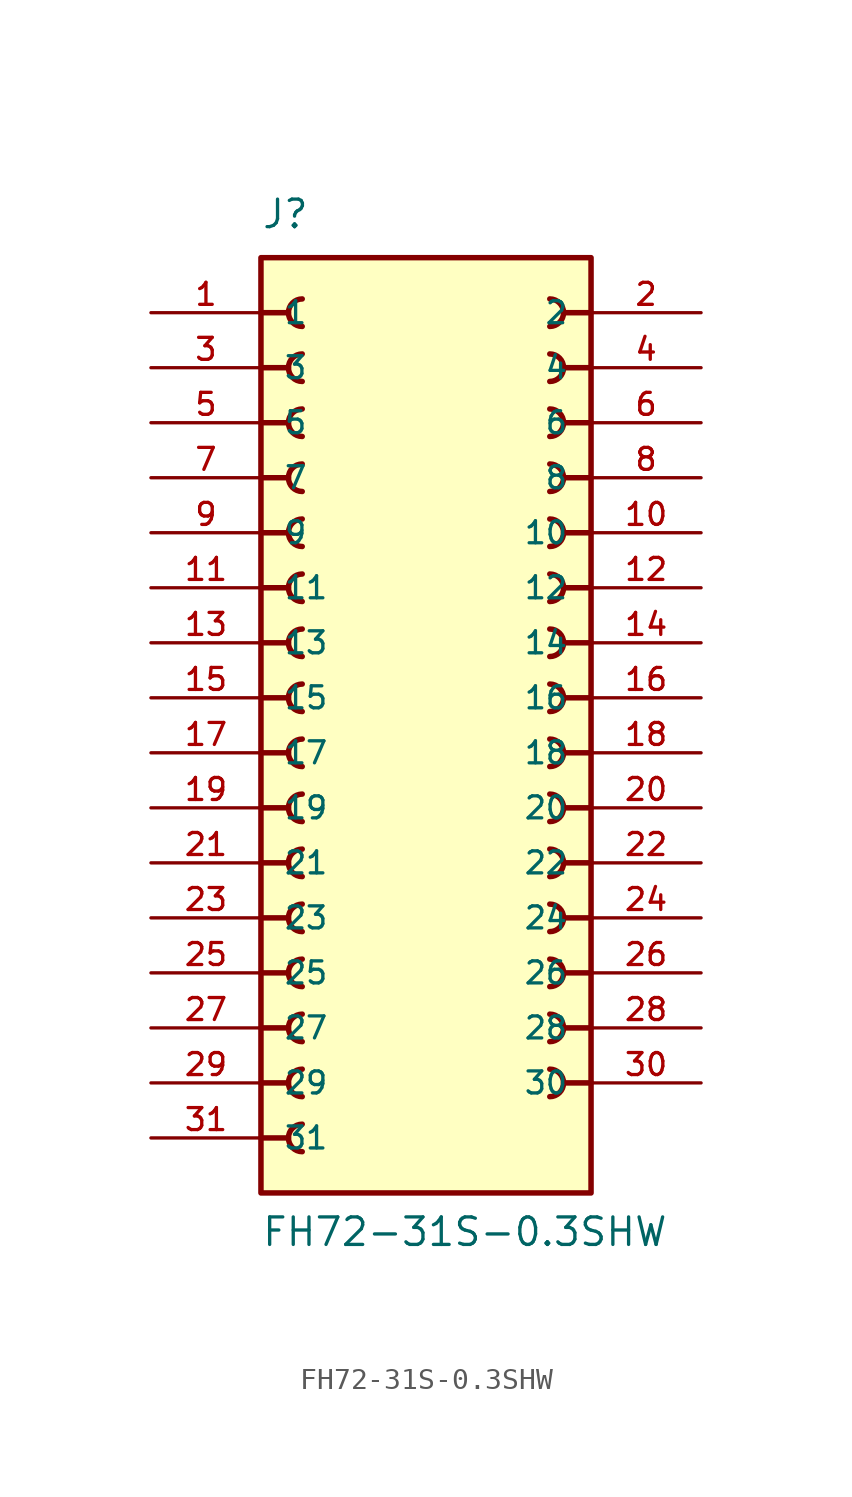
<source format=kicad_sym>
(kicad_symbol_lib
  (version 20211014)
  (generator kicad_symbol_editor)
  (symbol "FH72-31S-0.3SHW"
    (pin_names
      (offset 1.016))
    (property "Reference" "J"
      (at -7.62 21.59 0)
      (effects (font (size 1.27 1.27)) (justify bottom left)))
    (property "Value" "FH72-31S-0.3SHW"
      (at -7.62 -25.4 0)
      (effects (font (size 1.27 1.27)) (justify bottom left)))
    (symbol "FH72-31S-0.3SHW_0_0"
      (polyline (pts (xy 7.62 17.78) (xy 6.35 17.78)) (stroke (width 0.254)))
      (arc (start 5.715 17.145) (mid 6.35 17.78) (end 5.715 18.415) (stroke (width 0.254) (type default) (color 0 0 0 0)) (fill (type none)))
      (polyline (pts (xy 7.62 15.24) (xy 6.35 15.24)) (stroke (width 0.254)))
      (arc (start 5.715 14.605) (mid 6.35 15.24) (end 5.715 15.875) (stroke (width 0.254) (type default) (color 0 0 0 0)) (fill (type none)))
      (polyline (pts (xy 7.62 12.7) (xy 6.35 12.7)) (stroke (width 0.254)))
      (arc (start 5.715 12.065) (mid 6.35 12.7) (end 5.715 13.335) (stroke (width 0.254) (type default) (color 0 0 0 0)) (fill (type none)))
      (polyline (pts (xy 7.62 10.16) (xy 6.35 10.16)) (stroke (width 0.254)))
      (arc (start 5.715 9.525) (mid 6.35 10.16) (end 5.715 10.795) (stroke (width 0.254) (type default) (color 0 0 0 0)) (fill (type none)))
      (polyline (pts (xy 7.62 7.62) (xy 6.35 7.62)) (stroke (width 0.254)))
      (arc (start 5.715 6.985) (mid 6.35 7.62) (end 5.715 8.255) (stroke (width 0.254) (type default) (color 0 0 0 0)) (fill (type none)))
      (polyline (pts (xy -7.62 5.08) (xy -6.35 5.08)) (stroke (width 0.254)))
      (arc (start -5.715 5.715) (mid -6.35 5.08) (end -5.715 4.445) (stroke (width 0.254) (type default) (color 0 0 0 0)) (fill (type none)))
      (polyline (pts (xy -7.62 7.62) (xy -6.35 7.62)) (stroke (width 0.254)))
      (arc (start -5.715 8.255) (mid -6.35 7.62) (end -5.715 6.985) (stroke (width 0.254) (type default) (color 0 0 0 0)) (fill (type none)))
      (polyline (pts (xy -7.62 10.16) (xy -6.35 10.16)) (stroke (width 0.254)))
      (arc (start -5.715 10.795) (mid -6.35 10.16) (end -5.715 9.525) (stroke (width 0.254) (type default) (color 0 0 0 0)) (fill (type none)))
      (polyline (pts (xy -7.62 12.7) (xy -6.35 12.7)) (stroke (width 0.254)))
      (arc (start -5.715 13.335) (mid -6.35 12.7) (end -5.715 12.065) (stroke (width 0.254) (type default) (color 0 0 0 0)) (fill (type none)))
      (polyline (pts (xy -7.62 15.24) (xy -6.35 15.24)) (stroke (width 0.254)))
      (arc (start -5.715 15.875) (mid -6.35 15.24) (end -5.715 14.605) (stroke (width 0.254) (type default) (color 0 0 0 0)) (fill (type none)))
      (polyline (pts (xy -7.62 17.78) (xy -6.35 17.78)) (stroke (width 0.254)))
      (arc (start -5.715 18.415) (mid -6.35 17.78) (end -5.715 17.145) (stroke (width 0.254) (type default) (color 0 0 0 0)) (fill (type none)))
      (polyline (pts (xy -7.62 2.54) (xy -6.35 2.54)) (stroke (width 0.254)))
      (arc (start -5.715 3.175) (mid -6.35 2.54) (end -5.715 1.905) (stroke (width 0.254) (type default) (color 0 0 0 0)) (fill (type none)))
      (polyline (pts (xy -7.62 0.0) (xy -6.35 0.0)) (stroke (width 0.254)))
      (arc (start -5.715 0.635) (mid -6.35 -0.0) (end -5.715 -0.635) (stroke (width 0.254) (type default) (color 0 0 0 0)) (fill (type none)))
      (polyline (pts (xy -7.62 -2.54) (xy -6.35 -2.54)) (stroke (width 0.254)))
      (arc (start -5.715 -1.905) (mid -6.35 -2.54) (end -5.715 -3.175) (stroke (width 0.254) (type default) (color 0 0 0 0)) (fill (type none)))
      (polyline (pts (xy -7.62 -5.08) (xy -6.35 -5.08)) (stroke (width 0.254)))
      (arc (start -5.715 -4.445) (mid -6.35 -5.08) (end -5.715 -5.715) (stroke (width 0.254) (type default) (color 0 0 0 0)) (fill (type none)))
      (polyline (pts (xy -7.62 -7.62) (xy -6.35 -7.62)) (stroke (width 0.254)))
      (arc (start -5.715 -6.985) (mid -6.35 -7.62) (end -5.715 -8.255) (stroke (width 0.254) (type default) (color 0 0 0 0)) (fill (type none)))
      (polyline (pts (xy 7.62 5.08) (xy 6.35 5.08)) (stroke (width 0.254)))
      (arc (start 5.715 4.445) (mid 6.35 5.08) (end 5.715 5.715) (stroke (width 0.254) (type default) (color 0 0 0 0)) (fill (type none)))
      (polyline (pts (xy 7.62 2.54) (xy 6.35 2.54)) (stroke (width 0.254)))
      (arc (start 5.715 1.905) (mid 6.35 2.54) (end 5.715 3.175) (stroke (width 0.254) (type default) (color 0 0 0 0)) (fill (type none)))
      (polyline (pts (xy 7.62 0.0) (xy 6.35 0.0)) (stroke (width 0.254)))
      (arc (start 5.715 -0.635) (mid 6.35 0.0) (end 5.715 0.635) (stroke (width 0.254) (type default) (color 0 0 0 0)) (fill (type none)))
      (polyline (pts (xy 7.62 -2.54) (xy 6.35 -2.54)) (stroke (width 0.254)))
      (arc (start 5.715 -3.175) (mid 6.35 -2.54) (end 5.715 -1.905) (stroke (width 0.254) (type default) (color 0 0 0 0)) (fill (type none)))
      (polyline (pts (xy 7.62 -5.08) (xy 6.35 -5.08)) (stroke (width 0.254)))
      (arc (start 5.715 -5.715) (mid 6.35 -5.08) (end 5.715 -4.445) (stroke (width 0.254) (type default) (color 0 0 0 0)) (fill (type none)))
      (polyline (pts (xy -7.62 -10.16) (xy -6.35 -10.16)) (stroke (width 0.254)))
      (arc (start -5.715 -9.525) (mid -6.35 -10.16) (end -5.715 -10.795) (stroke (width 0.254) (type default) (color 0 0 0 0)) (fill (type none)))
      (polyline (pts (xy -7.62 -12.7) (xy -6.35 -12.7)) (stroke (width 0.254)))
      (arc (start -5.715 -12.065) (mid -6.35 -12.7) (end -5.715 -13.335) (stroke (width 0.254) (type default) (color 0 0 0 0)) (fill (type none)))
      (polyline (pts (xy 7.62 -10.16) (xy 6.35 -10.16)) (stroke (width 0.254)))
      (arc (start 5.715 -10.795) (mid 6.35 -10.16) (end 5.715 -9.525) (stroke (width 0.254) (type default) (color 0 0 0 0)) (fill (type none)))
      (polyline (pts (xy -7.62 -15.24) (xy -6.35 -15.24)) (stroke (width 0.254)))
      (arc (start -5.715 -14.605) (mid -6.35 -15.24) (end -5.715 -15.875) (stroke (width 0.254) (type default) (color 0 0 0 0)) (fill (type none)))
      (polyline (pts (xy -7.62 -17.78) (xy -6.35 -17.78)) (stroke (width 0.254)))
      (arc (start -5.715 -17.145) (mid -6.35 -17.78) (end -5.715 -18.415) (stroke (width 0.254) (type default) (color 0 0 0 0)) (fill (type none)))
      (polyline (pts (xy 7.62 -15.24) (xy 6.35 -15.24)) (stroke (width 0.254)))
      (arc (start 5.715 -15.875) (mid 6.35 -15.24) (end 5.715 -14.605) (stroke (width 0.254) (type default) (color 0 0 0 0)) (fill (type none)))
      (polyline (pts (xy 7.62 -7.62) (xy 6.35 -7.62)) (stroke (width 0.254)))
      (arc (start 5.715 -8.255) (mid 6.35 -7.62) (end 5.715 -6.985) (stroke (width 0.254) (type default) (color 0 0 0 0)) (fill (type none)))
      (polyline (pts (xy 7.62 -12.7) (xy 6.35 -12.7)) (stroke (width 0.254)))
      (arc (start 5.715 -13.335) (mid 6.35 -12.7) (end 5.715 -12.065) (stroke (width 0.254) (type default) (color 0 0 0 0)) (fill (type none)))
      (polyline (pts (xy -7.62 -20.32) (xy -6.35 -20.32)) (stroke (width 0.254)))
      (arc (start -5.715 -19.685) (mid -6.35 -20.32) (end -5.715 -20.955) (stroke (width 0.254) (type default) (color 0 0 0 0)) (fill (type none)))
      (polyline (pts (xy 7.62 -17.78) (xy 6.35 -17.78)) (stroke (width 0.254)))
      (arc (start 5.715 -18.415) (mid 6.35 -17.78) (end 5.715 -17.145) (stroke (width 0.254) (type default) (color 0 0 0 0)) (fill (type none)))
      (rectangle (start -7.62 -22.86) (end 7.62 20.32) (stroke (width 0.254)) (fill (type background)))
      (pin passive line (at -12.7 17.78 0) (length 5.08) (name "1" (effects (font (size 1.016 1.016)))) (number "1" (effects (font (size 1.016 1.016)))))
      (pin passive line (at 12.7 17.78 180.0) (length 5.08) (name "2" (effects (font (size 1.016 1.016)))) (number "2" (effects (font (size 1.016 1.016)))))
      (pin passive line (at -12.7 15.24 0) (length 5.08) (name "3" (effects (font (size 1.016 1.016)))) (number "3" (effects (font (size 1.016 1.016)))))
      (pin passive line (at 12.7 15.24 180.0) (length 5.08) (name "4" (effects (font (size 1.016 1.016)))) (number "4" (effects (font (size 1.016 1.016)))))
      (pin passive line (at -12.7 12.7 0) (length 5.08) (name "5" (effects (font (size 1.016 1.016)))) (number "5" (effects (font (size 1.016 1.016)))))
      (pin passive line (at 12.7 12.7 180.0) (length 5.08) (name "6" (effects (font (size 1.016 1.016)))) (number "6" (effects (font (size 1.016 1.016)))))
      (pin passive line (at -12.7 10.16 0) (length 5.08) (name "7" (effects (font (size 1.016 1.016)))) (number "7" (effects (font (size 1.016 1.016)))))
      (pin passive line (at 12.7 10.16 180.0) (length 5.08) (name "8" (effects (font (size 1.016 1.016)))) (number "8" (effects (font (size 1.016 1.016)))))
      (pin passive line (at -12.7 7.62 0) (length 5.08) (name "9" (effects (font (size 1.016 1.016)))) (number "9" (effects (font (size 1.016 1.016)))))
      (pin passive line (at 12.7 7.62 180.0) (length 5.08) (name "10" (effects (font (size 1.016 1.016)))) (number "10" (effects (font (size 1.016 1.016)))))
      (pin passive line (at -12.7 5.08 0) (length 5.08) (name "11" (effects (font (size 1.016 1.016)))) (number "11" (effects (font (size 1.016 1.016)))))
      (pin passive line (at 12.7 5.08 180.0) (length 5.08) (name "12" (effects (font (size 1.016 1.016)))) (number "12" (effects (font (size 1.016 1.016)))))
      (pin passive line (at -12.7 2.54 0) (length 5.08) (name "13" (effects (font (size 1.016 1.016)))) (number "13" (effects (font (size 1.016 1.016)))))
      (pin passive line (at 12.7 2.54 180.0) (length 5.08) (name "14" (effects (font (size 1.016 1.016)))) (number "14" (effects (font (size 1.016 1.016)))))
      (pin passive line (at -12.7 0.0 0) (length 5.08) (name "15" (effects (font (size 1.016 1.016)))) (number "15" (effects (font (size 1.016 1.016)))))
      (pin passive line (at 12.7 0.0 180.0) (length 5.08) (name "16" (effects (font (size 1.016 1.016)))) (number "16" (effects (font (size 1.016 1.016)))))
      (pin passive line (at -12.7 -2.54 0) (length 5.08) (name "17" (effects (font (size 1.016 1.016)))) (number "17" (effects (font (size 1.016 1.016)))))
      (pin passive line (at 12.7 -2.54 180.0) (length 5.08) (name "18" (effects (font (size 1.016 1.016)))) (number "18" (effects (font (size 1.016 1.016)))))
      (pin passive line (at -12.7 -5.08 0) (length 5.08) (name "19" (effects (font (size 1.016 1.016)))) (number "19" (effects (font (size 1.016 1.016)))))
      (pin passive line (at 12.7 -5.08 180.0) (length 5.08) (name "20" (effects (font (size 1.016 1.016)))) (number "20" (effects (font (size 1.016 1.016)))))
      (pin passive line (at -12.7 -7.62 0) (length 5.08) (name "21" (effects (font (size 1.016 1.016)))) (number "21" (effects (font (size 1.016 1.016)))))
      (pin passive line (at 12.7 -7.62 180.0) (length 5.08) (name "22" (effects (font (size 1.016 1.016)))) (number "22" (effects (font (size 1.016 1.016)))))
      (pin passive line (at -12.7 -10.16 0) (length 5.08) (name "23" (effects (font (size 1.016 1.016)))) (number "23" (effects (font (size 1.016 1.016)))))
      (pin passive line (at 12.7 -10.16 180.0) (length 5.08) (name "24" (effects (font (size 1.016 1.016)))) (number "24" (effects (font (size 1.016 1.016)))))
      (pin passive line (at -12.7 -12.7 0) (length 5.08) (name "25" (effects (font (size 1.016 1.016)))) (number "25" (effects (font (size 1.016 1.016)))))
      (pin passive line (at 12.7 -12.7 180.0) (length 5.08) (name "26" (effects (font (size 1.016 1.016)))) (number "26" (effects (font (size 1.016 1.016)))))
      (pin passive line (at -12.7 -15.24 0) (length 5.08) (name "27" (effects (font (size 1.016 1.016)))) (number "27" (effects (font (size 1.016 1.016)))))
      (pin passive line (at 12.7 -15.24 180.0) (length 5.08) (name "28" (effects (font (size 1.016 1.016)))) (number "28" (effects (font (size 1.016 1.016)))))
      (pin passive line (at -12.7 -17.78 0) (length 5.08) (name "29" (effects (font (size 1.016 1.016)))) (number "29" (effects (font (size 1.016 1.016)))))
      (pin passive line (at 12.7 -17.78 180.0) (length 5.08) (name "30" (effects (font (size 1.016 1.016)))) (number "30" (effects (font (size 1.016 1.016)))))
      (pin passive line (at -12.7 -20.32 0) (length 5.08) (name "31" (effects (font (size 1.016 1.016)))) (number "31" (effects (font (size 1.016 1.016))))))))
</source>
